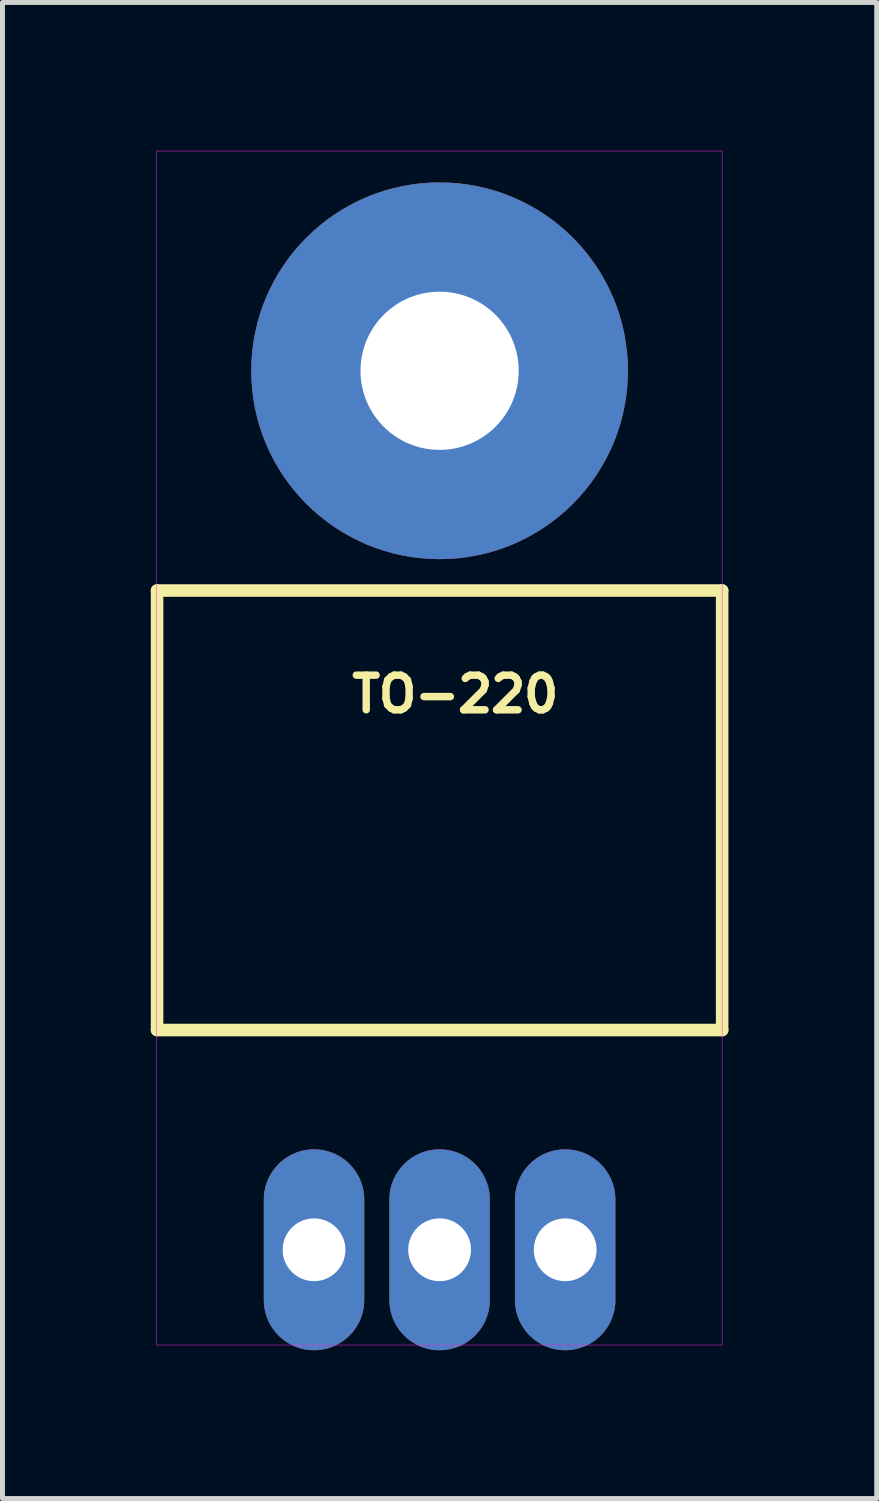
<source format=kicad_pcb>
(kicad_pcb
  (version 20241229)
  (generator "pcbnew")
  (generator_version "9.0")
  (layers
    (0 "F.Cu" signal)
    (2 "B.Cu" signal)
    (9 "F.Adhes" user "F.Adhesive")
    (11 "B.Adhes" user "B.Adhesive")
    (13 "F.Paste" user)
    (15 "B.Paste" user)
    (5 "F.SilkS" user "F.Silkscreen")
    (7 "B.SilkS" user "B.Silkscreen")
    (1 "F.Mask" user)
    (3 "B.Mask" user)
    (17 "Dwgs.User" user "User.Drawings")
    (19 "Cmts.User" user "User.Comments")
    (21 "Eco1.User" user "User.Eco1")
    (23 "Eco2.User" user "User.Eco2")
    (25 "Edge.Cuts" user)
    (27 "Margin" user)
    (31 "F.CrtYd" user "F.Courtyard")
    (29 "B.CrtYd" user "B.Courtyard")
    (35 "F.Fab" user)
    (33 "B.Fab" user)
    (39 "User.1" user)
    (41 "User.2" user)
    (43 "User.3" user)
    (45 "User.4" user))
  (footprint "TO-220"
    (layer "F.Cu")
    (at 5.842 10.8)
    (property "Reference" "TO-220" (at 0.318 0.191 0) (layer "F.SilkS") (effects (font (size 0.701 0.701) (thickness 0.15))))
    (attr through_hole)
    (fp_line (start -5.715 -1.905) (end 5.715 -1.905) (stroke (width 0.254) (type solid)) (layer "F.SilkS"))
    (fp_line (start -5.715 6.985) (end -5.715 -1.905) (stroke (width 0.254) (type solid)) (layer "F.SilkS"))
    (fp_line (start 5.715 -1.905) (end 5.715 6.985) (stroke (width 0.254) (type solid)) (layer "F.SilkS"))
    (fp_line (start 5.715 6.985) (end -5.715 6.985) (stroke (width 0.254) (type solid)) (layer "F.SilkS"))
    (fp_poly (pts (xy -5.724 -10.795) (xy 5.715 -10.795) (xy 5.715 13.357) (xy -5.724 13.357)) (stroke (width 0.01) (type solid)) (fill no) (layer "F.CrtYd"))
    (pad "1" thru_hole oval (at -2.54 11.43) (size 2.032 4.064) (drill 1.27) (layers "*.Cu" "*.Mask"))
    (pad "2" thru_hole oval (at 0 11.43) (size 2.032 4.064) (drill 1.27) (layers "*.Cu" "*.Mask"))
    (pad "3" thru_hole oval (at 2.54 11.43) (size 2.032 4.064) (drill 1.27) (layers "*.Cu" "*.Mask"))
    (pad "HEAT" thru_hole circle (at 0 -6.35) (size 7.62 7.62) (drill 3.2) (layers "*.Cu" "*.Mask")))
  (gr_rect
    (start -3 -3)
    (end 14.684 27.262)
    (stroke (width 0.1) (type default))
    (fill no)
    (layer "Edge.Cuts")))
</source>
